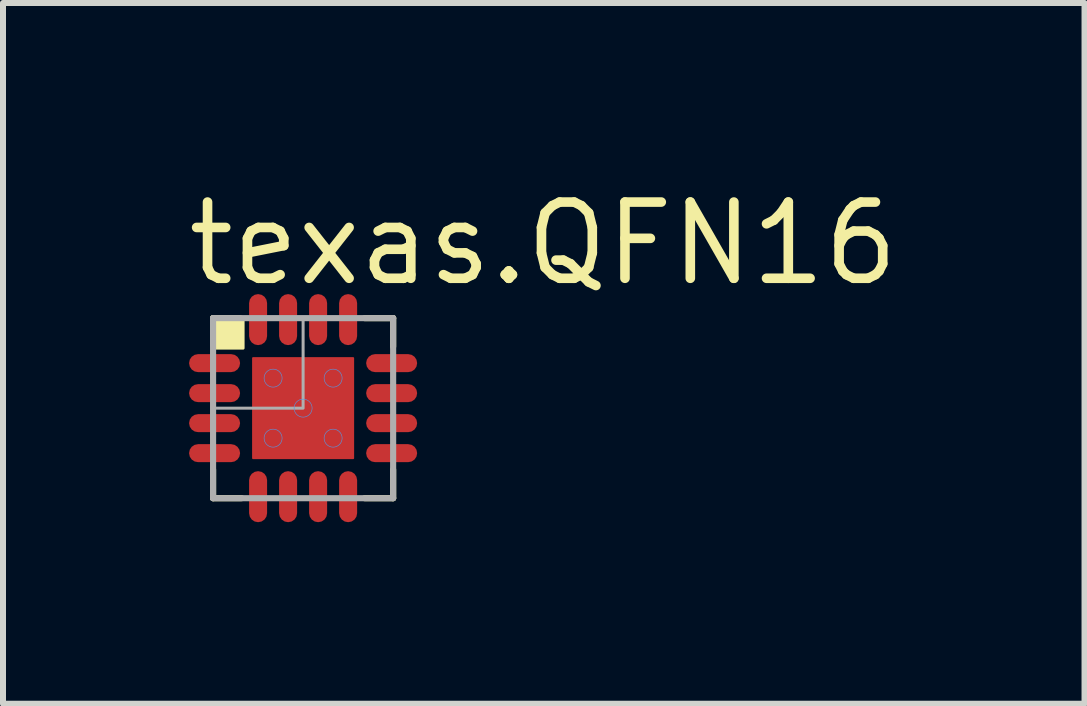
<source format=kicad_pcb>
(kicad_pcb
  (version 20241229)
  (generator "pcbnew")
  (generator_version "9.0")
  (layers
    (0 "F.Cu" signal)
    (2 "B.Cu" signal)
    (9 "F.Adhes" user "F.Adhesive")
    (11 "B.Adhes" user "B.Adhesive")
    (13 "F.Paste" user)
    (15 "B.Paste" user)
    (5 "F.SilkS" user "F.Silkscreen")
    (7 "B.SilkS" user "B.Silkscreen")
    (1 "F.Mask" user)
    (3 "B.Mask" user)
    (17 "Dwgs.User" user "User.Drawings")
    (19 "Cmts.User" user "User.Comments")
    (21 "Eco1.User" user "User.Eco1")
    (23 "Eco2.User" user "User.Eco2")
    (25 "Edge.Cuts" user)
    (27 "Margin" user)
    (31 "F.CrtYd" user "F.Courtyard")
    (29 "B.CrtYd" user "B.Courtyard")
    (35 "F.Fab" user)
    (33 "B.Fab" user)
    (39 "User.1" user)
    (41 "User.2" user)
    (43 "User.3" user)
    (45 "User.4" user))
  (footprint "texas.QFN16"
    (layer "F.Cu")
    (at 2 3.75)
    (property "Reference" "texas.QFN16" (at -2 -2 0) (layer "F.SilkS") (effects (font (size 1.27 1.27) (thickness 0.16)) (justify left bottom)))
    (attr smd)
    (fp_rect (start -1.9 -0.55) (end -1.2 -0.95) (stroke (width 0.05) (type default)) (fill yes) (layer "F.Mask"))
    (fp_rect (start -1.9 -0.05) (end -1.2 -0.45) (stroke (width 0.05) (type default)) (fill yes) (layer "F.Mask"))
    (fp_rect (start -1.9 0.45) (end -1.2 0.05) (stroke (width 0.05) (type default)) (fill yes) (layer "F.Mask"))
    (fp_rect (start -1.9 0.95) (end -1.2 0.55) (stroke (width 0.05) (type default)) (fill yes) (layer "F.Mask"))
    (fp_rect (start -0.95 -1.2) (end -0.55 -1.9) (stroke (width 0.05) (type default)) (fill yes) (layer "F.Mask"))
    (fp_rect (start -0.95 1.9) (end -0.55 1.2) (stroke (width 0.05) (type default)) (fill yes) (layer "F.Mask"))
    (fp_rect (start -0.875 0.875) (end 0.875 -0.875) (stroke (width 0.05) (type default)) (fill yes) (layer "F.Mask"))
    (fp_rect (start -0.45 -1.2) (end -0.05 -1.9) (stroke (width 0.05) (type default)) (fill yes) (layer "F.Mask"))
    (fp_rect (start -0.45 1.9) (end -0.05 1.2) (stroke (width 0.05) (type default)) (fill yes) (layer "F.Mask"))
    (fp_rect (start 0.05 -1.2) (end 0.45 -1.9) (stroke (width 0.05) (type default)) (fill yes) (layer "F.Mask"))
    (fp_rect (start 0.05 1.9) (end 0.45 1.2) (stroke (width 0.05) (type default)) (fill yes) (layer "F.Mask"))
    (fp_rect (start 0.55 -1.2) (end 0.95 -1.9) (stroke (width 0.05) (type default)) (fill yes) (layer "F.Mask"))
    (fp_rect (start 0.55 1.9) (end 0.95 1.2) (stroke (width 0.05) (type default)) (fill yes) (layer "F.Mask"))
    (fp_rect (start 1.2 -0.55) (end 1.9 -0.95) (stroke (width 0.05) (type default)) (fill yes) (layer "F.Mask"))
    (fp_rect (start 1.2 -0.05) (end 1.9 -0.45) (stroke (width 0.05) (type default)) (fill yes) (layer "F.Mask"))
    (fp_rect (start 1.2 0.45) (end 1.9 0.05) (stroke (width 0.05) (type default)) (fill yes) (layer "F.Mask"))
    (fp_rect (start 1.2 0.95) (end 1.9 0.55) (stroke (width 0.05) (type default)) (fill yes) (layer "F.Mask"))
    (fp_circle (center -1.2 -0.75) (end -1 -0.75) (stroke (width 0.1) (type default)) (fill no) (layer "F.Mask"))
    (fp_circle (center -1.2 -0.25) (end -1 -0.25) (stroke (width 0.1) (type default)) (fill no) (layer "F.Mask"))
    (fp_circle (center -1.2 0.25) (end -1 0.25) (stroke (width 0.1) (type default)) (fill no) (layer "F.Mask"))
    (fp_circle (center -1.2 0.75) (end -1 0.75) (stroke (width 0.1) (type default)) (fill no) (layer "F.Mask"))
    (fp_circle (center -0.75 -1.2) (end -0.55 -1.2) (stroke (width 0.1) (type default)) (fill no) (layer "F.Mask"))
    (fp_circle (center -0.75 1.2) (end -0.55 1.2) (stroke (width 0.1) (type default)) (fill no) (layer "F.Mask"))
    (fp_circle (center -0.25 -1.2) (end -0.05 -1.2) (stroke (width 0.1) (type default)) (fill no) (layer "F.Mask"))
    (fp_circle (center -0.25 1.2) (end -0.05 1.2) (stroke (width 0.1) (type default)) (fill no) (layer "F.Mask"))
    (fp_circle (center 0.25 -1.2) (end 0.45 -1.2) (stroke (width 0.1) (type default)) (fill no) (layer "F.Mask"))
    (fp_circle (center 0.25 1.2) (end 0.45 1.2) (stroke (width 0.1) (type default)) (fill no) (layer "F.Mask"))
    (fp_circle (center 0.75 -1.2) (end 0.95 -1.2) (stroke (width 0.1) (type default)) (fill no) (layer "F.Mask"))
    (fp_circle (center 0.75 1.2) (end 0.95 1.2) (stroke (width 0.1) (type default)) (fill no) (layer "F.Mask"))
    (fp_circle (center 1.2 -0.75) (end 1.4 -0.75) (stroke (width 0.1) (type default)) (fill no) (layer "F.Mask"))
    (fp_circle (center 1.2 -0.25) (end 1.4 -0.25) (stroke (width 0.1) (type default)) (fill no) (layer "F.Mask"))
    (fp_circle (center 1.2 0.25) (end 1.4 0.25) (stroke (width 0.1) (type default)) (fill no) (layer "F.Mask"))
    (fp_circle (center 1.2 0.75) (end 1.4 0.75) (stroke (width 0.1) (type default)) (fill no) (layer "F.Mask"))
    (fp_line (start -1.5 -1.5) (end -1.05 -1.5) (stroke (width 0.102) (type default)) (layer "F.SilkS"))
    (fp_line (start -1.5 -1.05) (end -1.5 -1.5) (stroke (width 0.102) (type default)) (layer "F.SilkS"))
    (fp_line (start -1.5 1.5) (end -1.5 1.025) (stroke (width 0.102) (type default)) (layer "F.SilkS"))
    (fp_line (start -1.025 1.5) (end -1.5 1.5) (stroke (width 0.102) (type default)) (layer "F.SilkS"))
    (fp_line (start 1.025 -1.5) (end 1.5 -1.5) (stroke (width 0.102) (type default)) (layer "F.SilkS"))
    (fp_line (start 1.5 -1.5) (end 1.5 -1.025) (stroke (width 0.102) (type default)) (layer "F.SilkS"))
    (fp_line (start 1.5 1.025) (end 1.5 1.5) (stroke (width 0.102) (type default)) (layer "F.SilkS"))
    (fp_line (start 1.5 1.5) (end 1.025 1.5) (stroke (width 0.102) (type default)) (layer "F.SilkS"))
    (fp_rect (start -1.5 -1) (end -1 -1.5) (stroke (width 0.05) (type default)) (fill yes) (layer "F.SilkS"))
    (fp_rect (start -1.85 -0.625) (end -1.2 -0.875) (stroke (width 0.05) (type default)) (fill yes) (layer "F.Paste"))
    (fp_rect (start -1.85 -0.125) (end -1.2 -0.375) (stroke (width 0.05) (type default)) (fill yes) (layer "F.Paste"))
    (fp_rect (start -1.85 0.375) (end -1.2 0.125) (stroke (width 0.05) (type default)) (fill yes) (layer "F.Paste"))
    (fp_rect (start -1.85 0.875) (end -1.2 0.625) (stroke (width 0.05) (type default)) (fill yes) (layer "F.Paste"))
    (fp_rect (start -0.875 -1.2) (end -0.625 -1.85) (stroke (width 0.05) (type default)) (fill yes) (layer "F.Paste"))
    (fp_rect (start -0.875 1.85) (end -0.625 1.2) (stroke (width 0.05) (type default)) (fill yes) (layer "F.Paste"))
    (fp_rect (start -0.8 -0.1) (end -0.1 -0.8) (stroke (width 0.05) (type default)) (fill yes) (layer "F.Paste"))
    (fp_rect (start -0.8 0.8) (end -0.1 0.1) (stroke (width 0.05) (type default)) (fill yes) (layer "F.Paste"))
    (fp_rect (start -0.375 -1.2) (end -0.125 -1.85) (stroke (width 0.05) (type default)) (fill yes) (layer "F.Paste"))
    (fp_rect (start -0.375 1.85) (end -0.125 1.2) (stroke (width 0.05) (type default)) (fill yes) (layer "F.Paste"))
    (fp_rect (start 0.1 -0.1) (end 0.8 -0.8) (stroke (width 0.05) (type default)) (fill yes) (layer "F.Paste"))
    (fp_rect (start 0.1 0.8) (end 0.8 0.1) (stroke (width 0.05) (type default)) (fill yes) (layer "F.Paste"))
    (fp_rect (start 0.125 -1.2) (end 0.375 -1.85) (stroke (width 0.05) (type default)) (fill yes) (layer "F.Paste"))
    (fp_rect (start 0.125 1.85) (end 0.375 1.2) (stroke (width 0.05) (type default)) (fill yes) (layer "F.Paste"))
    (fp_rect (start 0.625 -1.2) (end 0.875 -1.85) (stroke (width 0.05) (type default)) (fill yes) (layer "F.Paste"))
    (fp_rect (start 0.625 1.85) (end 0.875 1.2) (stroke (width 0.05) (type default)) (fill yes) (layer "F.Paste"))
    (fp_rect (start 1.2 -0.625) (end 1.85 -0.875) (stroke (width 0.05) (type default)) (fill yes) (layer "F.Paste"))
    (fp_rect (start 1.2 -0.125) (end 1.85 -0.375) (stroke (width 0.05) (type default)) (fill yes) (layer "F.Paste"))
    (fp_rect (start 1.2 0.375) (end 1.85 0.125) (stroke (width 0.05) (type default)) (fill yes) (layer "F.Paste"))
    (fp_rect (start 1.2 0.875) (end 1.85 0.625) (stroke (width 0.05) (type default)) (fill yes) (layer "F.Paste"))
    (fp_circle (center -1.2 -0.75) (end -1.075 -0.75) (stroke (width 0.1) (type default)) (fill no) (layer "F.Paste"))
    (fp_circle (center -1.2 -0.25) (end -1.075 -0.25) (stroke (width 0.1) (type default)) (fill no) (layer "F.Paste"))
    (fp_circle (center -1.2 0.25) (end -1.075 0.25) (stroke (width 0.1) (type default)) (fill no) (layer "F.Paste"))
    (fp_circle (center -1.2 0.75) (end -1.075 0.75) (stroke (width 0.1) (type default)) (fill no) (layer "F.Paste"))
    (fp_circle (center -0.75 -1.2) (end -0.625 -1.2) (stroke (width 0.1) (type default)) (fill no) (layer "F.Paste"))
    (fp_circle (center -0.75 1.2) (end -0.625 1.2) (stroke (width 0.1) (type default)) (fill no) (layer "F.Paste"))
    (fp_circle (center -0.25 -1.2) (end -0.125 -1.2) (stroke (width 0.1) (type default)) (fill no) (layer "F.Paste"))
    (fp_circle (center -0.25 1.2) (end -0.125 1.2) (stroke (width 0.1) (type default)) (fill no) (layer "F.Paste"))
    (fp_circle (center 0.25 -1.2) (end 0.375 -1.2) (stroke (width 0.1) (type default)) (fill no) (layer "F.Paste"))
    (fp_circle (center 0.25 1.2) (end 0.375 1.2) (stroke (width 0.1) (type default)) (fill no) (layer "F.Paste"))
    (fp_circle (center 0.75 -1.2) (end 0.875 -1.2) (stroke (width 0.1) (type default)) (fill no) (layer "F.Paste"))
    (fp_circle (center 0.75 1.2) (end 0.875 1.2) (stroke (width 0.1) (type default)) (fill no) (layer "F.Paste"))
    (fp_circle (center 1.2 -0.75) (end 1.325 -0.75) (stroke (width 0.1) (type default)) (fill no) (layer "F.Paste"))
    (fp_circle (center 1.2 -0.25) (end 1.325 -0.25) (stroke (width 0.1) (type default)) (fill no) (layer "F.Paste"))
    (fp_circle (center 1.2 0.25) (end 1.325 0.25) (stroke (width 0.1) (type default)) (fill no) (layer "F.Paste"))
    (fp_circle (center 1.2 0.75) (end 1.325 0.75) (stroke (width 0.1) (type default)) (fill no) (layer "F.Paste"))
    (fp_circle (center -0.5 -0.5) (end -0.35 -0.5) (stroke (width 0.01) (type default)) (fill no) (layer "Cmts.User"))
    (fp_circle (center -0.5 0.5) (end -0.35 0.5) (stroke (width 0.01) (type default)) (fill no) (layer "Cmts.User"))
    (fp_circle (center 0 0) (end 0.15 0) (stroke (width 0.01) (type default)) (fill no) (layer "Cmts.User"))
    (fp_circle (center 0.5 -0.5) (end 0.65 -0.5) (stroke (width 0.01) (type default)) (fill no) (layer "Cmts.User"))
    (fp_circle (center 0.5 0.5) (end 0.65 0.5) (stroke (width 0.01) (type default)) (fill no) (layer "Cmts.User"))
    (fp_line (start -1.5 -1.5) (end 1.5 -1.5) (stroke (width 0.102) (type default)) (layer "F.Fab"))
    (fp_line (start -1.5 1.5) (end -1.5 -1.5) (stroke (width 0.102) (type default)) (layer "F.Fab"))
    (fp_line (start 1.5 -1.5) (end 1.5 1.5) (stroke (width 0.102) (type default)) (layer "F.Fab"))
    (fp_line (start 1.5 1.5) (end -1.5 1.5) (stroke (width 0.102) (type default)) (layer "F.Fab"))
    (fp_rect (start -1.5 0) (end 0 -1.5) (stroke (width 0.05) (type default)) (fill no) (layer "F.Fab"))
    (pad "1" smd roundrect (at -1.475 -0.75) (size 0.85 0.3) (layers "F.Cu" "F.Mask" "F.Paste") (roundrect_rratio 0.5))
    (pad "2" smd roundrect (at -1.475 -0.25) (size 0.85 0.3) (layers "F.Cu" "F.Mask" "F.Paste") (roundrect_rratio 0.5))
    (pad "3" smd roundrect (at -1.475 0.25) (size 0.85 0.3) (layers "F.Cu" "F.Mask" "F.Paste") (roundrect_rratio 0.5))
    (pad "4" smd roundrect (at -1.475 0.75) (size 0.85 0.3) (layers "F.Cu" "F.Mask" "F.Paste") (roundrect_rratio 0.5))
    (pad "5" smd roundrect (at -0.75 1.475 90) (size 0.85 0.3) (layers "F.Cu" "F.Mask" "F.Paste") (roundrect_rratio 0.5))
    (pad "6" smd roundrect (at -0.25 1.475 90) (size 0.85 0.3) (layers "F.Cu" "F.Mask" "F.Paste") (roundrect_rratio 0.5))
    (pad "7" smd roundrect (at 0.25 1.475 90) (size 0.85 0.3) (layers "F.Cu" "F.Mask" "F.Paste") (roundrect_rratio 0.5))
    (pad "8" smd roundrect (at 0.75 1.475 90) (size 0.85 0.3) (layers "F.Cu" "F.Mask" "F.Paste") (roundrect_rratio 0.5))
    (pad "9" smd roundrect (at 1.475 0.75 180) (size 0.85 0.3) (layers "F.Cu" "F.Mask" "F.Paste") (roundrect_rratio 0.5))
    (pad "10" smd roundrect (at 1.475 0.25 180) (size 0.85 0.3) (layers "F.Cu" "F.Mask" "F.Paste") (roundrect_rratio 0.5))
    (pad "11" smd roundrect (at 1.475 -0.25 180) (size 0.85 0.3) (layers "F.Cu" "F.Mask" "F.Paste") (roundrect_rratio 0.5))
    (pad "12" smd roundrect (at 1.475 -0.75 180) (size 0.85 0.3) (layers "F.Cu" "F.Mask" "F.Paste") (roundrect_rratio 0.5))
    (pad "13" smd roundrect (at 0.75 -1.475 270) (size 0.85 0.3) (layers "F.Cu" "F.Mask" "F.Paste") (roundrect_rratio 0.5))
    (pad "14" smd roundrect (at 0.25 -1.475 270) (size 0.85 0.3) (layers "F.Cu" "F.Mask" "F.Paste") (roundrect_rratio 0.5))
    (pad "15" smd roundrect (at -0.25 -1.475 270) (size 0.85 0.3) (layers "F.Cu" "F.Mask" "F.Paste") (roundrect_rratio 0.5))
    (pad "16" smd roundrect (at -0.75 -1.475 270) (size 0.85 0.3) (layers "F.Cu" "F.Mask" "F.Paste") (roundrect_rratio 0.5))
    (pad "TH" smd roundrect (at 0 0) (size 1.7 1.7) (layers "F.Cu" "F.Mask" "F.Paste") (roundrect_rratio 0.01)))
  (gr_rect
    (start -3 -3)
    (end 15.019 8.675)
    (stroke (width 0.1) (type default))
    (fill no)
    (layer "Edge.Cuts")))
</source>
